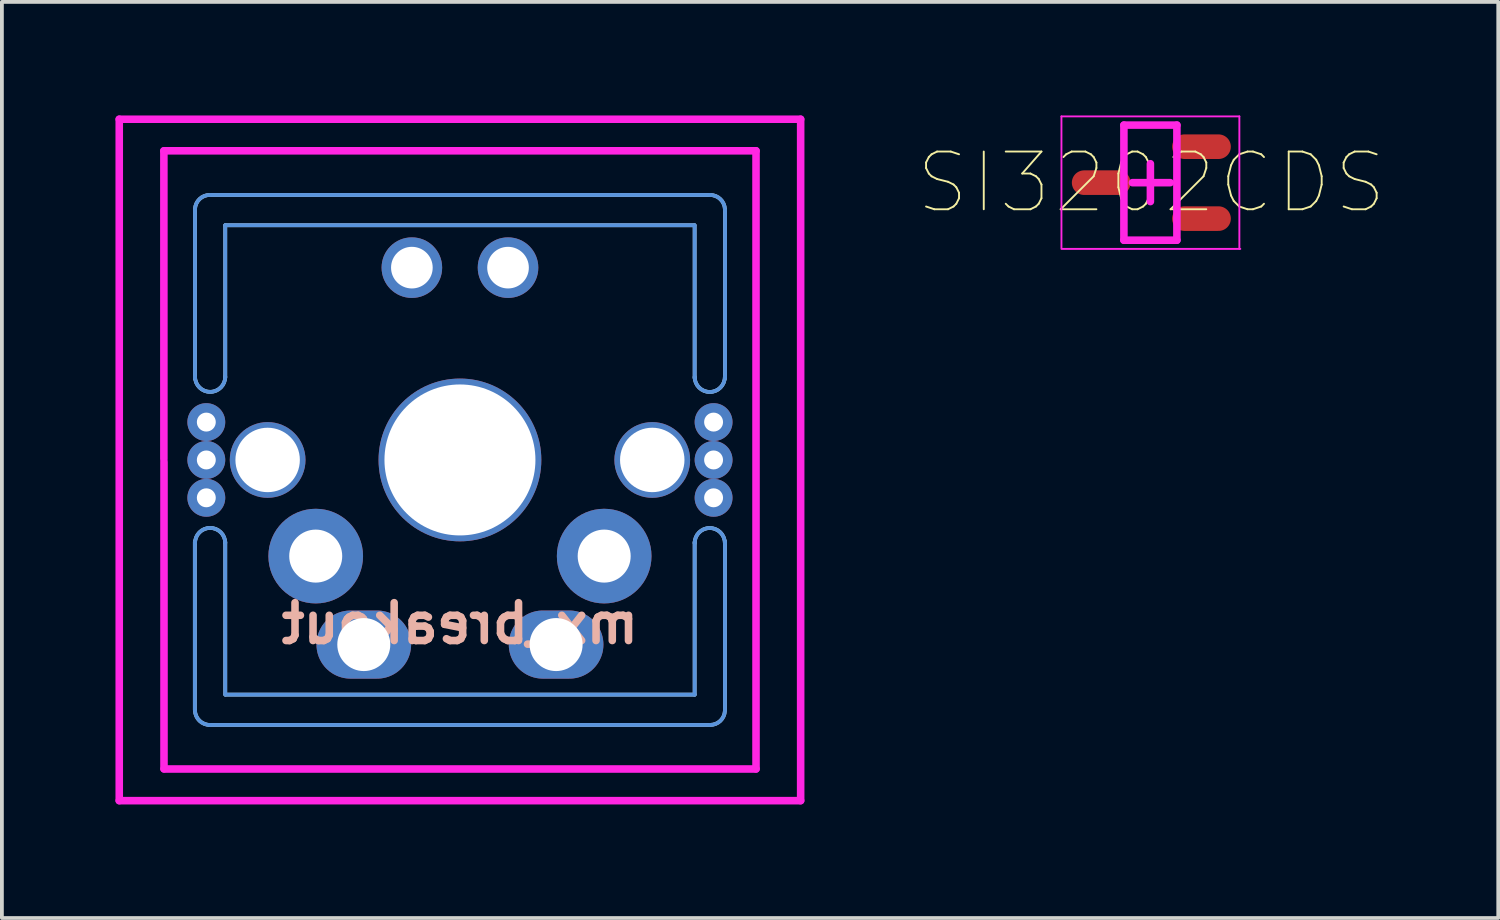
<source format=kicad_pcb>
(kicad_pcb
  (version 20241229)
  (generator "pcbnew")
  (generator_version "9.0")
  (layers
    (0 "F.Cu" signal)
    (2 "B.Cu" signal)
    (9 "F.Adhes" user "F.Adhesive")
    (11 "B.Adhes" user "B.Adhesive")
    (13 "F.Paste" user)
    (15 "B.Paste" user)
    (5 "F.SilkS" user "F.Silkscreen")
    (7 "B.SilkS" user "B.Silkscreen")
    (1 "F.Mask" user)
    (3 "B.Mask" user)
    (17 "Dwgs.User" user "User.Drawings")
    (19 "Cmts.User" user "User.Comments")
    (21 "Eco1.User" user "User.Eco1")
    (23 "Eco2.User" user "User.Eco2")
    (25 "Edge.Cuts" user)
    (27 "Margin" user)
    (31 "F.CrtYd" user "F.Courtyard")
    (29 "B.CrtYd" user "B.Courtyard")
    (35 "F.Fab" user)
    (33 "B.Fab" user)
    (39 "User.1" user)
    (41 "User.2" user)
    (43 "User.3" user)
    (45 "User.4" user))
  (footprint "mx_breakout"
    (layer "F.Cu")
    (at 9.1 9.1)
    (property "Reference" "mx_breakout" (at 0 4.318 0) (layer "B.SilkS") (effects (font (size 1 1) (thickness 0.2)) (justify mirror)))
    (attr through_hole)
    (fp_line (start -7.003 6.607) (end -7.003 2.162) (stroke (width 0.1) (type solid)) (layer "Cmts.User"))
    (fp_line (start -7 -2.154) (end -7 -6.599) (stroke (width 0.1) (type solid)) (layer "Cmts.User"))
    (fp_line (start -6.596 -7) (end 6.612 -7) (stroke (width 0.1) (type solid)) (layer "Cmts.User"))
    (fp_line (start -6.2 -2.174) (end -6.2 -6.2) (stroke (width 0.1) (type solid)) (layer "Cmts.User"))
    (fp_line (start -6.2 6.198) (end -6.2 2.167) (stroke (width 0.1) (type solid)) (layer "Cmts.User"))
    (fp_line (start -6.198 -6.2) (end 6.193 -6.2) (stroke (width 0.1) (type solid)) (layer "Cmts.User"))
    (fp_line (start 6.198 6.2) (end -6.193 6.2) (stroke (width 0.1) (type solid)) (layer "Cmts.User"))
    (fp_line (start 6.2 -6.198) (end 6.2 -2.167) (stroke (width 0.1) (type solid)) (layer "Cmts.User"))
    (fp_line (start 6.2 2.174) (end 6.2 6.2) (stroke (width 0.1) (type solid)) (layer "Cmts.User"))
    (fp_line (start 6.596 7) (end -6.612 7) (stroke (width 0.1) (type solid)) (layer "Cmts.User"))
    (fp_line (start 7 2.154) (end 7 6.599) (stroke (width 0.1) (type solid)) (layer "Cmts.User"))
    (fp_line (start 7.003 -6.607) (end 7.003 -2.162) (stroke (width 0.1) (type solid)) (layer "Cmts.User"))
    (fp_arc (start -6.999157 -6.624312) (mid -6.878732 -6.891528) (end -6.60654 -7.00024) (stroke (width 0.1) (type solid)) (layer "Cmts.User"))
    (fp_arc (start -6.997732 2.1971) (mid -6.60146 1.798296) (end -6.20014 2.19202) (stroke (width 0.1) (type solid)) (layer "Cmts.User"))
    (fp_arc (start -6.604 7.000443) (mid -6.879801 6.888782) (end -7.00024 6.6167) (stroke (width 0.1) (type solid)) (layer "Cmts.User"))
    (fp_arc (start -6.200108 -2.19964) (mid -6.59638 -1.800836) (end -6.9977 -2.19456) (stroke (width 0.1) (type solid)) (layer "Cmts.User"))
    (fp_arc (start 6.200108 2.19964) (mid 6.59638 1.800836) (end 6.9977 2.19456) (stroke (width 0.1) (type solid)) (layer "Cmts.User"))
    (fp_arc (start 6.604 -7.000443) (mid 6.879801 -6.888782) (end 7.00024 -6.6167) (stroke (width 0.1) (type solid)) (layer "Cmts.User"))
    (fp_arc (start 6.997732 -2.1971) (mid 6.60146 -1.798296) (end 6.20014 -2.19202) (stroke (width 0.1) (type solid)) (layer "Cmts.User"))
    (fp_arc (start 6.999157 6.624312) (mid 6.878732 6.891528) (end 6.60654 7.00024) (stroke (width 0.1) (type solid)) (layer "Cmts.User"))
    (fp_line (start -7.003 6.607) (end -7.003 2.162) (stroke (width 0.1) (type solid)) (layer "Edge.Cuts"))
    (fp_line (start -7 -2.154) (end -7 -6.599) (stroke (width 0.1) (type solid)) (layer "Edge.Cuts"))
    (fp_line (start -6.596 -7) (end 6.612 -7) (stroke (width 0.1) (type solid)) (layer "Edge.Cuts"))
    (fp_line (start -6.2 -2.174) (end -6.2 -6.2) (stroke (width 0.1) (type solid)) (layer "Edge.Cuts"))
    (fp_line (start -6.2 6.198) (end -6.2 2.167) (stroke (width 0.1) (type solid)) (layer "Edge.Cuts"))
    (fp_line (start -6.198 -6.2) (end 6.193 -6.2) (stroke (width 0.1) (type solid)) (layer "Edge.Cuts"))
    (fp_line (start 6.198 6.2) (end -6.193 6.2) (stroke (width 0.1) (type solid)) (layer "Edge.Cuts"))
    (fp_line (start 6.2 -6.198) (end 6.2 -2.167) (stroke (width 0.1) (type solid)) (layer "Edge.Cuts"))
    (fp_line (start 6.2 2.174) (end 6.2 6.2) (stroke (width 0.1) (type solid)) (layer "Edge.Cuts"))
    (fp_line (start 6.596 7) (end -6.612 7) (stroke (width 0.1) (type solid)) (layer "Edge.Cuts"))
    (fp_line (start 7 2.154) (end 7 6.599) (stroke (width 0.1) (type solid)) (layer "Edge.Cuts"))
    (fp_line (start 7.003 -6.607) (end 7.003 -2.162) (stroke (width 0.1) (type solid)) (layer "Edge.Cuts"))
    (fp_arc (start -6.999157 -6.624312) (mid -6.878732 -6.891528) (end -6.60654 -7.00024) (stroke (width 0.1) (type solid)) (layer "Edge.Cuts"))
    (fp_arc (start -6.997732 2.1971) (mid -6.60146 1.798296) (end -6.20014 2.19202) (stroke (width 0.1) (type solid)) (layer "Edge.Cuts"))
    (fp_arc (start -6.604 7.000443) (mid -6.879801 6.888782) (end -7.00024 6.6167) (stroke (width 0.1) (type solid)) (layer "Edge.Cuts"))
    (fp_arc (start -6.200108 -2.19964) (mid -6.59638 -1.800836) (end -6.9977 -2.19456) (stroke (width 0.1) (type solid)) (layer "Edge.Cuts"))
    (fp_arc (start 6.200108 2.19964) (mid 6.59638 1.800836) (end 6.9977 2.19456) (stroke (width 0.1) (type solid)) (layer "Edge.Cuts"))
    (fp_arc (start 6.604 -7.000443) (mid 6.879801 -6.888782) (end 7.00024 -6.6167) (stroke (width 0.1) (type solid)) (layer "Edge.Cuts"))
    (fp_arc (start 6.997732 -2.1971) (mid 6.60146 -1.798296) (end 6.20014 -2.19202) (stroke (width 0.1) (type solid)) (layer "Edge.Cuts"))
    (fp_arc (start 6.999157 6.624312) (mid 6.878732 6.891528) (end 6.60654 7.00024) (stroke (width 0.1) (type solid)) (layer "Edge.Cuts"))
    (fp_line (start -9 9) (end -9 -9) (stroke (width 0.2) (type solid)) (layer "F.CrtYd"))
    (fp_line (start -9 9) (end 9 9) (stroke (width 0.2) (type solid)) (layer "F.CrtYd"))
    (fp_line (start -7.821 -8.166) (end 7.821 -8.166) (stroke (width 0.2) (type solid)) (layer "F.CrtYd"))
    (fp_line (start -7.821 -0.025) (end -7.821 -8.164) (stroke (width 0.2) (type solid)) (layer "F.CrtYd"))
    (fp_line (start -7.818 8.158) (end -7.818 0.051) (stroke (width 0.2) (type solid)) (layer "F.CrtYd"))
    (fp_line (start 7.821 -8.166) (end 7.821 8.161) (stroke (width 0.2) (type solid)) (layer "F.CrtYd"))
    (fp_line (start 7.821 8.164) (end -7.816 8.164) (stroke (width 0.2) (type solid)) (layer "F.CrtYd"))
    (fp_line (start 9 -9) (end -9 -9) (stroke (width 0.2) (type solid)) (layer "F.CrtYd"))
    (fp_line (start 9 9) (end 9 -9) (stroke (width 0.2) (type solid)) (layer "F.CrtYd"))
    (pad "0" thru_hole circle (at -1.27 -5.08) (size 1.6 1.6) (drill 1.1) (layers "*.Cu" "*.Paste" "*.Mask"))
    (pad "0" thru_hole circle (at 0 0) (size 4.3 4.3) (drill 3.988) (layers "*.Cu" "*.Paste" "*.Mask"))
    (pad "0" thru_hole circle (at 1.27 -5.08) (size 1.6 1.6) (drill 1.1) (layers "*.Cu" "*.Paste" "*.Mask"))
    (pad "1" thru_hole oval (at 2.54 4.877) (size 2.5 1.8) (drill 1.4) (layers "*.Cu" "*.Paste" "*.Mask"))
    (pad "1" thru_hole circle (at 3.81 2.54) (size 2.5 2.5) (drill 1.4) (layers "*.Cu" "*.Paste" "*.Mask"))
    (pad "1" thru_hole circle (at 5.08 0) (size 2 2) (drill 1.702) (layers "*.Cu" "*.Paste" "*.Mask"))
    (pad "1" thru_hole circle (at 6.7 -1 180) (size 1 1) (drill 0.5) (layers "*.Cu" "*.Paste" "*.Mask"))
    (pad "1" thru_hole circle (at 6.7 0 180) (size 1 1) (drill 0.5) (layers "*.Cu" "*.Paste" "*.Mask"))
    (pad "1" thru_hole circle (at 6.7 1 180) (size 1 1) (drill 0.5) (layers "*.Cu" "*.Paste" "*.Mask"))
    (pad "2" thru_hole circle (at -6.7 -1) (size 1 1) (drill 0.5) (layers "*.Cu" "*.Paste" "*.Mask"))
    (pad "2" thru_hole circle (at -6.7 0) (size 1 1) (drill 0.5) (layers "*.Cu" "*.Paste" "*.Mask"))
    (pad "2" thru_hole circle (at -6.7 1) (size 1 1) (drill 0.5) (layers "*.Cu" "*.Paste" "*.Mask"))
    (pad "2" thru_hole circle (at -5.08 0) (size 2 2) (drill 1.702) (layers "*.Cu" "*.Paste" "*.Mask"))
    (pad "2" thru_hole circle (at -3.81 2.54) (size 2.5 2.5) (drill 1.4) (layers "*.Cu" "*.Paste" "*.Mask"))
    (pad "2" thru_hole oval (at -2.54 4.877) (size 2.5 1.8) (drill 1.4) (layers "*.Cu" "*.Paste" "*.Mask")))
  (footprint "SI3202CDS"
    (layer "F.Cu")
    (at 27.364 1.775)
    (property "Reference" "SI3202CDS" (at 0 0 0) (layer "F.SilkS") (effects (font (size 1.524 1.524) (thickness 0.05))))
    (attr smd)
    (fp_line (start -2.375 -1.75) (end 2.325 -1.75) (stroke (width 0.05) (type solid)) (layer "F.CrtYd"))
    (fp_line (start -2.375 1.75) (end -2.375 -1.75) (stroke (width 0.05) (type solid)) (layer "F.CrtYd"))
    (fp_line (start -2.35 1.75) (end 2.35 1.75) (stroke (width 0.05) (type solid)) (layer "F.CrtYd"))
    (fp_line (start -0.725 -1.52) (end 0.675 -1.52) (stroke (width 0.2) (type solid)) (layer "F.CrtYd"))
    (fp_line (start -0.725 1.52) (end -0.725 -1.52) (stroke (width 0.2) (type solid)) (layer "F.CrtYd"))
    (fp_line (start -0.5 0) (end 0.5 0) (stroke (width 0.2) (type solid)) (layer "F.CrtYd"))
    (fp_line (start -0.025 0.5) (end -0.025 -0.5) (stroke (width 0.2) (type solid)) (layer "F.CrtYd"))
    (fp_line (start 0.675 -1.52) (end 0.675 1.52) (stroke (width 0.2) (type solid)) (layer "F.CrtYd"))
    (fp_line (start 0.675 1.52) (end -0.725 1.52) (stroke (width 0.2) (type solid)) (layer "F.CrtYd"))
    (fp_line (start 2.325 1.75) (end 2.325 -1.75) (stroke (width 0.05) (type solid)) (layer "F.CrtYd"))
    (pad "1" smd oval (at 1.325 0.95 270) (size 0.65 1.55) (layers "F.Cu" "F.Mask" "F.Paste"))
    (pad "2" smd oval (at 1.325 -0.95 270) (size 0.65 1.55) (layers "F.Cu" "F.Mask" "F.Paste"))
    (pad "3" smd oval (at -1.325 0 270) (size 0.65 1.55) (layers "F.Cu" "F.Mask" "F.Paste")))
  (gr_rect
    (start -3 -3)
    (end 36.528 21.2)
    (stroke (width 0.1) (type default))
    (fill no)
    (layer "Edge.Cuts")))
</source>
